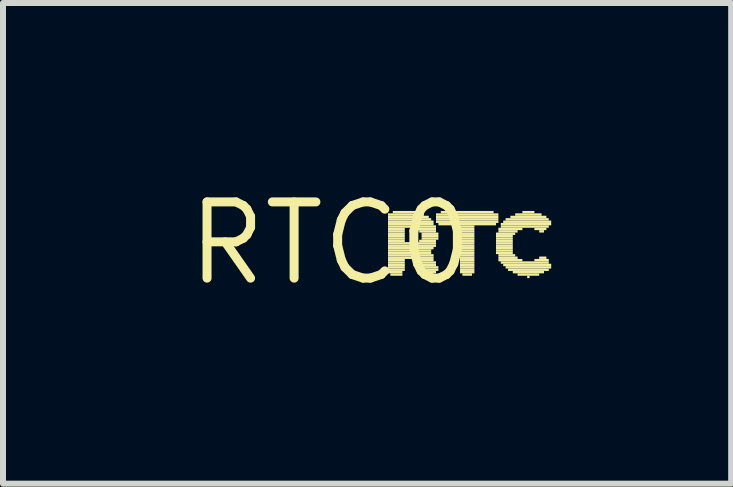
<source format=kicad_pcb>
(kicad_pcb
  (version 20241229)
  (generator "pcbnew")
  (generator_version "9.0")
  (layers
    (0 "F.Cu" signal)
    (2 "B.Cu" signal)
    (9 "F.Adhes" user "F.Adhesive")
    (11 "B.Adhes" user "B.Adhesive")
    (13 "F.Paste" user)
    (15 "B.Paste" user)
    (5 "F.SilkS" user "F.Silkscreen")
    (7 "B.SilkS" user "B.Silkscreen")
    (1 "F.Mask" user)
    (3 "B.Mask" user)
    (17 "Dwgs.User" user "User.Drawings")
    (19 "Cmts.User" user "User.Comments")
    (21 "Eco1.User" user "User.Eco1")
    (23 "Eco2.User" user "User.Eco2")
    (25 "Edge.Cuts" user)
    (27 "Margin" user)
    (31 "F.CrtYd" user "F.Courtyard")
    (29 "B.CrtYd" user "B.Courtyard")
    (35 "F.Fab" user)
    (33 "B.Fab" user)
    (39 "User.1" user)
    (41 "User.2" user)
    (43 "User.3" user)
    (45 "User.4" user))
  (footprint "RTC0"
    (layer "F.Cu")
    (at 2.457 1.006)
    (property "Reference" "RTC0" (at 0 0 0) (layer "F.SilkS") (effects (font (size 1.27 1.27) (thickness 0.15))))
    (fp_poly (pts (xy 0.96 -0.46) (xy 1.56 -0.46) (xy 1.56 -0.5) (xy 0.96 -0.5)) (stroke (width 0) (type default)) (fill yes) (layer "F.SilkS"))
    (fp_poly (pts (xy 0.96 -0.42) (xy 1.64 -0.42) (xy 1.64 -0.46) (xy 0.96 -0.46)) (stroke (width 0) (type default)) (fill yes) (layer "F.SilkS"))
    (fp_poly (pts (xy 0.96 -0.38) (xy 1.68 -0.38) (xy 1.68 -0.42) (xy 0.96 -0.42)) (stroke (width 0) (type default)) (fill yes) (layer "F.SilkS"))
    (fp_poly (pts (xy 0.96 -0.34) (xy 1.72 -0.34) (xy 1.72 -0.38) (xy 0.96 -0.38)) (stroke (width 0) (type default)) (fill yes) (layer "F.SilkS"))
    (fp_poly (pts (xy 0.96 -0.3) (xy 1.72 -0.3) (xy 1.72 -0.34) (xy 0.96 -0.34)) (stroke (width 0) (type default)) (fill yes) (layer "F.SilkS"))
    (fp_poly (pts (xy 0.96 -0.26) (xy 1.76 -0.26) (xy 1.76 -0.3) (xy 0.96 -0.3)) (stroke (width 0) (type default)) (fill yes) (layer "F.SilkS"))
    (fp_poly (pts (xy 0.96 -0.22) (xy 1.24 -0.22) (xy 1.24 -0.26) (xy 0.96 -0.26)) (stroke (width 0) (type default)) (fill yes) (layer "F.SilkS"))
    (fp_poly (pts (xy 0.96 -0.18) (xy 1.24 -0.18) (xy 1.24 -0.22) (xy 0.96 -0.22)) (stroke (width 0) (type default)) (fill yes) (layer "F.SilkS"))
    (fp_poly (pts (xy 0.96 -0.14) (xy 1.24 -0.14) (xy 1.24 -0.18) (xy 0.96 -0.18)) (stroke (width 0) (type default)) (fill yes) (layer "F.SilkS"))
    (fp_poly (pts (xy 0.96 -0.1) (xy 1.24 -0.1) (xy 1.24 -0.14) (xy 0.96 -0.14)) (stroke (width 0) (type default)) (fill yes) (layer "F.SilkS"))
    (fp_poly (pts (xy 0.96 -0.06) (xy 1.24 -0.06) (xy 1.24 -0.1) (xy 0.96 -0.1)) (stroke (width 0) (type default)) (fill yes) (layer "F.SilkS"))
    (fp_poly (pts (xy 0.96 -0.02) (xy 1.24 -0.02) (xy 1.24 -0.06) (xy 0.96 -0.06)) (stroke (width 0) (type default)) (fill yes) (layer "F.SilkS"))
    (fp_poly (pts (xy 0.96 0.02) (xy 1.76 0.02) (xy 1.76 -0.02) (xy 0.96 -0.02)) (stroke (width 0) (type default)) (fill yes) (layer "F.SilkS"))
    (fp_poly (pts (xy 0.96 0.06) (xy 1.76 0.06) (xy 1.76 0.02) (xy 0.96 0.02)) (stroke (width 0) (type default)) (fill yes) (layer "F.SilkS"))
    (fp_poly (pts (xy 0.96 0.1) (xy 1.72 0.1) (xy 1.72 0.06) (xy 0.96 0.06)) (stroke (width 0) (type default)) (fill yes) (layer "F.SilkS"))
    (fp_poly (pts (xy 0.96 0.14) (xy 1.68 0.14) (xy 1.68 0.1) (xy 0.96 0.1)) (stroke (width 0) (type default)) (fill yes) (layer "F.SilkS"))
    (fp_poly (pts (xy 0.96 0.18) (xy 1.68 0.18) (xy 1.68 0.14) (xy 0.96 0.14)) (stroke (width 0) (type default)) (fill yes) (layer "F.SilkS"))
    (fp_poly (pts (xy 0.96 0.22) (xy 1.72 0.22) (xy 1.72 0.18) (xy 0.96 0.18)) (stroke (width 0) (type default)) (fill yes) (layer "F.SilkS"))
    (fp_poly (pts (xy 0.96 0.26) (xy 1.72 0.26) (xy 1.72 0.22) (xy 0.96 0.22)) (stroke (width 0) (type default)) (fill yes) (layer "F.SilkS"))
    (fp_poly (pts (xy 0.96 0.3) (xy 1.24 0.3) (xy 1.24 0.26) (xy 0.96 0.26)) (stroke (width 0) (type default)) (fill yes) (layer "F.SilkS"))
    (fp_poly (pts (xy 0.96 0.34) (xy 1.24 0.34) (xy 1.24 0.3) (xy 0.96 0.3)) (stroke (width 0) (type default)) (fill yes) (layer "F.SilkS"))
    (fp_poly (pts (xy 0.96 0.38) (xy 1.24 0.38) (xy 1.24 0.34) (xy 0.96 0.34)) (stroke (width 0) (type default)) (fill yes) (layer "F.SilkS"))
    (fp_poly (pts (xy 0.96 0.42) (xy 1.24 0.42) (xy 1.24 0.38) (xy 0.96 0.38)) (stroke (width 0) (type default)) (fill yes) (layer "F.SilkS"))
    (fp_poly (pts (xy 0.96 0.46) (xy 1.24 0.46) (xy 1.24 0.42) (xy 0.96 0.42)) (stroke (width 0) (type default)) (fill yes) (layer "F.SilkS"))
    (fp_poly (pts (xy 0.96 0.5) (xy 1.2 0.5) (xy 1.2 0.46) (xy 0.96 0.46)) (stroke (width 0) (type default)) (fill yes) (layer "F.SilkS"))
    (fp_poly (pts (xy 1 0.54) (xy 1.2 0.54) (xy 1.2 0.5) (xy 1 0.5)) (stroke (width 0) (type default)) (fill yes) (layer "F.SilkS"))
    (fp_poly (pts (xy 1.04 -0.5) (xy 1.44 -0.5) (xy 1.44 -0.54) (xy 1.04 -0.54)) (stroke (width 0) (type default)) (fill yes) (layer "F.SilkS"))
    (fp_poly (pts (xy 1.44 -0.22) (xy 1.76 -0.22) (xy 1.76 -0.26) (xy 1.44 -0.26)) (stroke (width 0) (type default)) (fill yes) (layer "F.SilkS"))
    (fp_poly (pts (xy 1.44 0.3) (xy 1.72 0.3) (xy 1.72 0.26) (xy 1.44 0.26)) (stroke (width 0) (type default)) (fill yes) (layer "F.SilkS"))
    (fp_poly (pts (xy 1.48 -0.18) (xy 1.76 -0.18) (xy 1.76 -0.22) (xy 1.48 -0.22)) (stroke (width 0) (type default)) (fill yes) (layer "F.SilkS"))
    (fp_poly (pts (xy 1.48 -0.02) (xy 1.76 -0.02) (xy 1.76 -0.06) (xy 1.48 -0.06)) (stroke (width 0) (type default)) (fill yes) (layer "F.SilkS"))
    (fp_poly (pts (xy 1.48 0.34) (xy 1.76 0.34) (xy 1.76 0.3) (xy 1.48 0.3)) (stroke (width 0) (type default)) (fill yes) (layer "F.SilkS"))
    (fp_poly (pts (xy 1.48 0.38) (xy 1.76 0.38) (xy 1.76 0.34) (xy 1.48 0.34)) (stroke (width 0) (type default)) (fill yes) (layer "F.SilkS"))
    (fp_poly (pts (xy 1.48 0.42) (xy 1.8 0.42) (xy 1.8 0.38) (xy 1.48 0.38)) (stroke (width 0) (type default)) (fill yes) (layer "F.SilkS"))
    (fp_poly (pts (xy 1.52 -0.14) (xy 1.8 -0.14) (xy 1.8 -0.18) (xy 1.52 -0.18)) (stroke (width 0) (type default)) (fill yes) (layer "F.SilkS"))
    (fp_poly (pts (xy 1.52 -0.1) (xy 1.8 -0.1) (xy 1.8 -0.14) (xy 1.52 -0.14)) (stroke (width 0) (type default)) (fill yes) (layer "F.SilkS"))
    (fp_poly (pts (xy 1.52 -0.06) (xy 1.8 -0.06) (xy 1.8 -0.1) (xy 1.52 -0.1)) (stroke (width 0) (type default)) (fill yes) (layer "F.SilkS"))
    (fp_poly (pts (xy 1.52 0.46) (xy 1.8 0.46) (xy 1.8 0.42) (xy 1.52 0.42)) (stroke (width 0) (type default)) (fill yes) (layer "F.SilkS"))
    (fp_poly (pts (xy 1.52 0.5) (xy 1.76 0.5) (xy 1.76 0.46) (xy 1.52 0.46)) (stroke (width 0) (type default)) (fill yes) (layer "F.SilkS"))
    (fp_poly (pts (xy 1.56 0.54) (xy 1.72 0.54) (xy 1.72 0.5) (xy 1.56 0.5)) (stroke (width 0) (type default)) (fill yes) (layer "F.SilkS"))
    (fp_poly (pts (xy 1.76 -0.46) (xy 2.8 -0.46) (xy 2.8 -0.5) (xy 1.76 -0.5)) (stroke (width 0) (type default)) (fill yes) (layer "F.SilkS"))
    (fp_poly (pts (xy 1.76 -0.42) (xy 2.8 -0.42) (xy 2.8 -0.46) (xy 1.76 -0.46)) (stroke (width 0) (type default)) (fill yes) (layer "F.SilkS"))
    (fp_poly (pts (xy 1.76 -0.38) (xy 2.8 -0.38) (xy 2.8 -0.42) (xy 1.76 -0.42)) (stroke (width 0) (type default)) (fill yes) (layer "F.SilkS"))
    (fp_poly (pts (xy 1.76 -0.34) (xy 2.8 -0.34) (xy 2.8 -0.38) (xy 1.76 -0.38)) (stroke (width 0) (type default)) (fill yes) (layer "F.SilkS"))
    (fp_poly (pts (xy 1.8 -0.3) (xy 2.76 -0.3) (xy 2.76 -0.34) (xy 1.8 -0.34)) (stroke (width 0) (type default)) (fill yes) (layer "F.SilkS"))
    (fp_poly (pts (xy 1.84 -0.5) (xy 2.72 -0.5) (xy 2.72 -0.54) (xy 1.84 -0.54)) (stroke (width 0) (type default)) (fill yes) (layer "F.SilkS"))
    (fp_poly (pts (xy 2.16 -0.26) (xy 2.4 -0.26) (xy 2.4 -0.3) (xy 2.16 -0.3)) (stroke (width 0) (type default)) (fill yes) (layer "F.SilkS"))
    (fp_poly (pts (xy 2.16 -0.22) (xy 2.4 -0.22) (xy 2.4 -0.26) (xy 2.16 -0.26)) (stroke (width 0) (type default)) (fill yes) (layer "F.SilkS"))
    (fp_poly (pts (xy 2.16 -0.18) (xy 2.4 -0.18) (xy 2.4 -0.22) (xy 2.16 -0.22)) (stroke (width 0) (type default)) (fill yes) (layer "F.SilkS"))
    (fp_poly (pts (xy 2.16 -0.14) (xy 2.4 -0.14) (xy 2.4 -0.18) (xy 2.16 -0.18)) (stroke (width 0) (type default)) (fill yes) (layer "F.SilkS"))
    (fp_poly (pts (xy 2.16 -0.1) (xy 2.4 -0.1) (xy 2.4 -0.14) (xy 2.16 -0.14)) (stroke (width 0) (type default)) (fill yes) (layer "F.SilkS"))
    (fp_poly (pts (xy 2.16 -0.06) (xy 2.4 -0.06) (xy 2.4 -0.1) (xy 2.16 -0.1)) (stroke (width 0) (type default)) (fill yes) (layer "F.SilkS"))
    (fp_poly (pts (xy 2.16 -0.02) (xy 2.4 -0.02) (xy 2.4 -0.06) (xy 2.16 -0.06)) (stroke (width 0) (type default)) (fill yes) (layer "F.SilkS"))
    (fp_poly (pts (xy 2.16 0.02) (xy 2.4 0.02) (xy 2.4 -0.02) (xy 2.16 -0.02)) (stroke (width 0) (type default)) (fill yes) (layer "F.SilkS"))
    (fp_poly (pts (xy 2.16 0.06) (xy 2.4 0.06) (xy 2.4 0.02) (xy 2.16 0.02)) (stroke (width 0) (type default)) (fill yes) (layer "F.SilkS"))
    (fp_poly (pts (xy 2.16 0.1) (xy 2.4 0.1) (xy 2.4 0.06) (xy 2.16 0.06)) (stroke (width 0) (type default)) (fill yes) (layer "F.SilkS"))
    (fp_poly (pts (xy 2.16 0.14) (xy 2.4 0.14) (xy 2.4 0.1) (xy 2.16 0.1)) (stroke (width 0) (type default)) (fill yes) (layer "F.SilkS"))
    (fp_poly (pts (xy 2.16 0.18) (xy 2.4 0.18) (xy 2.4 0.14) (xy 2.16 0.14)) (stroke (width 0) (type default)) (fill yes) (layer "F.SilkS"))
    (fp_poly (pts (xy 2.16 0.22) (xy 2.4 0.22) (xy 2.4 0.18) (xy 2.16 0.18)) (stroke (width 0) (type default)) (fill yes) (layer "F.SilkS"))
    (fp_poly (pts (xy 2.16 0.26) (xy 2.4 0.26) (xy 2.4 0.22) (xy 2.16 0.22)) (stroke (width 0) (type default)) (fill yes) (layer "F.SilkS"))
    (fp_poly (pts (xy 2.16 0.3) (xy 2.4 0.3) (xy 2.4 0.26) (xy 2.16 0.26)) (stroke (width 0) (type default)) (fill yes) (layer "F.SilkS"))
    (fp_poly (pts (xy 2.16 0.34) (xy 2.4 0.34) (xy 2.4 0.3) (xy 2.16 0.3)) (stroke (width 0) (type default)) (fill yes) (layer "F.SilkS"))
    (fp_poly (pts (xy 2.16 0.38) (xy 2.4 0.38) (xy 2.4 0.34) (xy 2.16 0.34)) (stroke (width 0) (type default)) (fill yes) (layer "F.SilkS"))
    (fp_poly (pts (xy 2.16 0.42) (xy 2.4 0.42) (xy 2.4 0.38) (xy 2.16 0.38)) (stroke (width 0) (type default)) (fill yes) (layer "F.SilkS"))
    (fp_poly (pts (xy 2.16 0.46) (xy 2.4 0.46) (xy 2.4 0.42) (xy 2.16 0.42)) (stroke (width 0) (type default)) (fill yes) (layer "F.SilkS"))
    (fp_poly (pts (xy 2.16 0.5) (xy 2.4 0.5) (xy 2.4 0.46) (xy 2.16 0.46)) (stroke (width 0) (type default)) (fill yes) (layer "F.SilkS"))
    (fp_poly (pts (xy 2.2 0.54) (xy 2.36 0.54) (xy 2.36 0.5) (xy 2.2 0.5)) (stroke (width 0) (type default)) (fill yes) (layer "F.SilkS"))
    (fp_poly (pts (xy 2.76 -0.14) (xy 3.08 -0.14) (xy 3.08 -0.18) (xy 2.76 -0.18)) (stroke (width 0) (type default)) (fill yes) (layer "F.SilkS"))
    (fp_poly (pts (xy 2.76 -0.1) (xy 3.04 -0.1) (xy 3.04 -0.14) (xy 2.76 -0.14)) (stroke (width 0) (type default)) (fill yes) (layer "F.SilkS"))
    (fp_poly (pts (xy 2.76 -0.06) (xy 3.04 -0.06) (xy 3.04 -0.1) (xy 2.76 -0.1)) (stroke (width 0) (type default)) (fill yes) (layer "F.SilkS"))
    (fp_poly (pts (xy 2.76 -0.02) (xy 3.04 -0.02) (xy 3.04 -0.06) (xy 2.76 -0.06)) (stroke (width 0) (type default)) (fill yes) (layer "F.SilkS"))
    (fp_poly (pts (xy 2.76 0.02) (xy 3.04 0.02) (xy 3.04 -0.02) (xy 2.76 -0.02)) (stroke (width 0) (type default)) (fill yes) (layer "F.SilkS"))
    (fp_poly (pts (xy 2.76 0.06) (xy 3.04 0.06) (xy 3.04 0.02) (xy 2.76 0.02)) (stroke (width 0) (type default)) (fill yes) (layer "F.SilkS"))
    (fp_poly (pts (xy 2.76 0.1) (xy 3.04 0.1) (xy 3.04 0.06) (xy 2.76 0.06)) (stroke (width 0) (type default)) (fill yes) (layer "F.SilkS"))
    (fp_poly (pts (xy 2.76 0.14) (xy 3.04 0.14) (xy 3.04 0.1) (xy 2.76 0.1)) (stroke (width 0) (type default)) (fill yes) (layer "F.SilkS"))
    (fp_poly (pts (xy 2.76 0.18) (xy 3.04 0.18) (xy 3.04 0.14) (xy 2.76 0.14)) (stroke (width 0) (type default)) (fill yes) (layer "F.SilkS"))
    (fp_poly (pts (xy 2.8 -0.22) (xy 3.2 -0.22) (xy 3.2 -0.26) (xy 2.8 -0.26)) (stroke (width 0) (type default)) (fill yes) (layer "F.SilkS"))
    (fp_poly (pts (xy 2.8 -0.18) (xy 3.12 -0.18) (xy 3.12 -0.22) (xy 2.8 -0.22)) (stroke (width 0) (type default)) (fill yes) (layer "F.SilkS"))
    (fp_poly (pts (xy 2.8 0.22) (xy 3.08 0.22) (xy 3.08 0.18) (xy 2.8 0.18)) (stroke (width 0) (type default)) (fill yes) (layer "F.SilkS"))
    (fp_poly (pts (xy 2.8 0.26) (xy 3.12 0.26) (xy 3.12 0.22) (xy 2.8 0.22)) (stroke (width 0) (type default)) (fill yes) (layer "F.SilkS"))
    (fp_poly (pts (xy 2.8 0.3) (xy 3.2 0.3) (xy 3.2 0.26) (xy 2.8 0.26)) (stroke (width 0) (type default)) (fill yes) (layer "F.SilkS"))
    (fp_poly (pts (xy 2.84 -0.3) (xy 3.68 -0.3) (xy 3.68 -0.34) (xy 2.84 -0.34)) (stroke (width 0) (type default)) (fill yes) (layer "F.SilkS"))
    (fp_poly (pts (xy 2.84 -0.26) (xy 3.64 -0.26) (xy 3.64 -0.3) (xy 2.84 -0.3)) (stroke (width 0) (type default)) (fill yes) (layer "F.SilkS"))
    (fp_poly (pts (xy 2.84 0.34) (xy 3.64 0.34) (xy 3.64 0.3) (xy 2.84 0.3)) (stroke (width 0) (type default)) (fill yes) (layer "F.SilkS"))
    (fp_poly (pts (xy 2.88 -0.34) (xy 3.68 -0.34) (xy 3.68 -0.38) (xy 2.88 -0.38)) (stroke (width 0) (type default)) (fill yes) (layer "F.SilkS"))
    (fp_poly (pts (xy 2.88 0.38) (xy 3.68 0.38) (xy 3.68 0.34) (xy 2.88 0.34)) (stroke (width 0) (type default)) (fill yes) (layer "F.SilkS"))
    (fp_poly (pts (xy 2.92 -0.38) (xy 3.64 -0.38) (xy 3.64 -0.42) (xy 2.92 -0.42)) (stroke (width 0) (type default)) (fill yes) (layer "F.SilkS"))
    (fp_poly (pts (xy 2.92 0.42) (xy 3.68 0.42) (xy 3.68 0.38) (xy 2.92 0.38)) (stroke (width 0) (type default)) (fill yes) (layer "F.SilkS"))
    (fp_poly (pts (xy 2.96 0.46) (xy 3.64 0.46) (xy 3.64 0.42) (xy 2.96 0.42)) (stroke (width 0) (type default)) (fill yes) (layer "F.SilkS"))
    (fp_poly (pts (xy 3 -0.42) (xy 3.6 -0.42) (xy 3.6 -0.46) (xy 3 -0.46)) (stroke (width 0) (type default)) (fill yes) (layer "F.SilkS"))
    (fp_poly (pts (xy 3.04 0.5) (xy 3.56 0.5) (xy 3.56 0.46) (xy 3.04 0.46)) (stroke (width 0) (type default)) (fill yes) (layer "F.SilkS"))
    (fp_poly (pts (xy 3.08 -0.46) (xy 3.52 -0.46) (xy 3.52 -0.5) (xy 3.08 -0.5)) (stroke (width 0) (type default)) (fill yes) (layer "F.SilkS"))
    (fp_poly (pts (xy 3.12 0.54) (xy 3.48 0.54) (xy 3.48 0.5) (xy 3.12 0.5)) (stroke (width 0) (type default)) (fill yes) (layer "F.SilkS"))
    (fp_poly (pts (xy 3.2 -0.5) (xy 3.4 -0.5) (xy 3.4 -0.54) (xy 3.2 -0.54)) (stroke (width 0) (type default)) (fill yes) (layer "F.SilkS"))
    (fp_poly (pts (xy 3.28 0.58) (xy 3.32 0.58) (xy 3.32 0.54) (xy 3.28 0.54)) (stroke (width 0) (type default)) (fill yes) (layer "F.SilkS"))
    (fp_poly (pts (xy 3.4 -0.22) (xy 3.6 -0.22) (xy 3.6 -0.26) (xy 3.4 -0.26)) (stroke (width 0) (type default)) (fill yes) (layer "F.SilkS"))
    (fp_poly (pts (xy 3.4 0.3) (xy 3.64 0.3) (xy 3.64 0.26) (xy 3.4 0.26)) (stroke (width 0) (type default)) (fill yes) (layer "F.SilkS"))
    (fp_poly (pts (xy 3.48 -0.18) (xy 3.56 -0.18) (xy 3.56 -0.22) (xy 3.48 -0.22)) (stroke (width 0) (type default)) (fill yes) (layer "F.SilkS"))
    (fp_poly (pts (xy 3.48 0.26) (xy 3.6 0.26) (xy 3.6 0.22) (xy 3.48 0.22)) (stroke (width 0) (type default)) (fill yes) (layer "F.SilkS")))
  (gr_rect
    (start -3 -3)
    (end 9.137 5.012)
    (stroke (width 0.1) (type default))
    (fill no)
    (layer "Edge.Cuts")))
</source>
